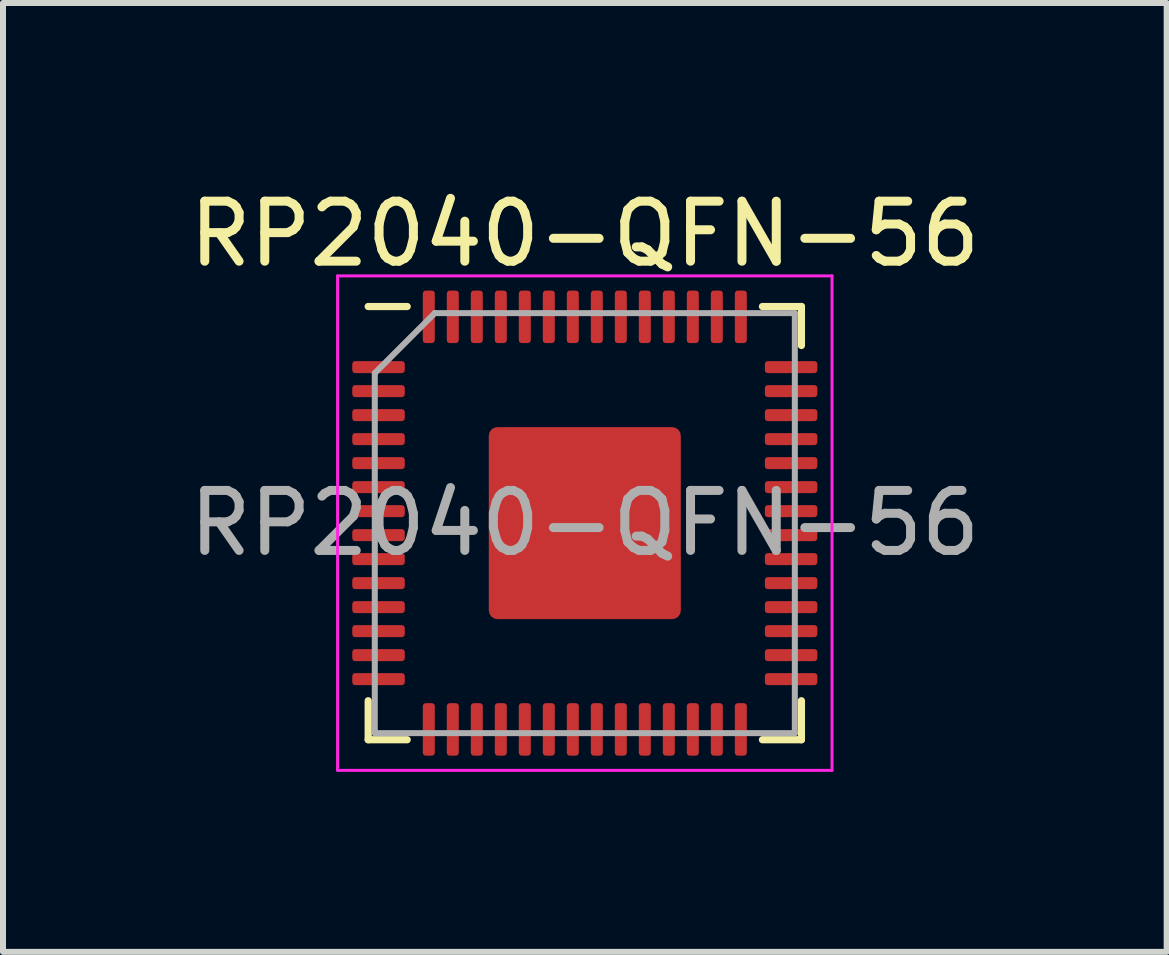
<source format=kicad_pcb>
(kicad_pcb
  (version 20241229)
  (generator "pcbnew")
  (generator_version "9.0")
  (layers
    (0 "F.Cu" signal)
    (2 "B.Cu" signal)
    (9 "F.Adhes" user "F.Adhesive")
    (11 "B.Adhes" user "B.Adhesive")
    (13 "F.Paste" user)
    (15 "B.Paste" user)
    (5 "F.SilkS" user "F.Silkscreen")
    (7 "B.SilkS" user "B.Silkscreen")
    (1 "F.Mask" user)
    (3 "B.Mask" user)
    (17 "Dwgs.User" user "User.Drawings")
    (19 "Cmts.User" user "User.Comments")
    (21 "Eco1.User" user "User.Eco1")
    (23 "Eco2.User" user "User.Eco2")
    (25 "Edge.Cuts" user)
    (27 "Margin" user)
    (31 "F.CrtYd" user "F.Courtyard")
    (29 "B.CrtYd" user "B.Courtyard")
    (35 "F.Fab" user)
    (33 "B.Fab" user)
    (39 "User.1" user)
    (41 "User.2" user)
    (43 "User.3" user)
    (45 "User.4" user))
  (footprint "RP2040-QFN-56"
    (layer "F.Cu")
    (at 6.696 5.668)
    (property "Reference" "RP2040-QFN-56" (at 0 -4.82 0) (layer "F.SilkS") (effects (font (size 1 1) (thickness 0.15))))
    (attr smd)
    (fp_line (start -3.61 3.61) (end -3.61 2.96) (stroke (width 0.12) (type solid)) (layer "F.SilkS"))
    (fp_line (start -2.96 -3.61) (end -3.61 -3.61) (stroke (width 0.12) (type solid)) (layer "F.SilkS"))
    (fp_line (start -2.96 3.61) (end -3.61 3.61) (stroke (width 0.12) (type solid)) (layer "F.SilkS"))
    (fp_line (start 2.96 -3.61) (end 3.61 -3.61) (stroke (width 0.12) (type solid)) (layer "F.SilkS"))
    (fp_line (start 2.96 3.61) (end 3.61 3.61) (stroke (width 0.12) (type solid)) (layer "F.SilkS"))
    (fp_line (start 3.61 -3.61) (end 3.61 -2.96) (stroke (width 0.12) (type solid)) (layer "F.SilkS"))
    (fp_line (start 3.61 3.61) (end 3.61 2.96) (stroke (width 0.12) (type solid)) (layer "F.SilkS"))
    (fp_line (start -4.12 -4.12) (end -4.12 4.12) (stroke (width 0.05) (type solid)) (layer "F.CrtYd"))
    (fp_line (start -4.12 4.12) (end 4.12 4.12) (stroke (width 0.05) (type solid)) (layer "F.CrtYd"))
    (fp_line (start 4.12 -4.12) (end -4.12 -4.12) (stroke (width 0.05) (type solid)) (layer "F.CrtYd"))
    (fp_line (start 4.12 4.12) (end 4.12 -4.12) (stroke (width 0.05) (type solid)) (layer "F.CrtYd"))
    (fp_line (start -3.5 -2.5) (end -2.5 -3.5) (stroke (width 0.1) (type solid)) (layer "F.Fab"))
    (fp_line (start -3.5 3.5) (end -3.5 -2.5) (stroke (width 0.1) (type solid)) (layer "F.Fab"))
    (fp_line (start -2.5 -3.5) (end 3.5 -3.5) (stroke (width 0.1) (type solid)) (layer "F.Fab"))
    (fp_line (start 3.5 -3.5) (end 3.5 3.5) (stroke (width 0.1) (type solid)) (layer "F.Fab"))
    (fp_line (start 3.5 3.5) (end -3.5 3.5) (stroke (width 0.1) (type solid)) (layer "F.Fab"))
    (fp_text user "${REFERENCE}" (at 0 0 0) (layer "F.Fab") (effects (font (size 1 1) (thickness 0.15))))
    (pad "" smd roundrect (at -0.637 -0.637) (size 1.084 1.084) (layers "F.Paste") (roundrect_rratio 0.231))
    (pad "" smd roundrect (at -0.637 0.637) (size 1.084 1.084) (layers "F.Paste") (roundrect_rratio 0.231))
    (pad "" smd roundrect (at 0.637 -0.637) (size 1.084 1.084) (layers "F.Paste") (roundrect_rratio 0.231))
    (pad "" smd roundrect (at 0.637 0.637) (size 1.084 1.084) (layers "F.Paste") (roundrect_rratio 0.231))
    (pad "1" smd roundrect (at -3.438 -2.6) (size 0.875 0.2) (layers "F.Cu" "F.Mask" "F.Paste") (roundrect_rratio 0.25))
    (pad "2" smd roundrect (at -3.438 -2.2) (size 0.875 0.2) (layers "F.Cu" "F.Mask" "F.Paste") (roundrect_rratio 0.25))
    (pad "3" smd roundrect (at -3.438 -1.8) (size 0.875 0.2) (layers "F.Cu" "F.Mask" "F.Paste") (roundrect_rratio 0.25))
    (pad "4" smd roundrect (at -3.438 -1.4) (size 0.875 0.2) (layers "F.Cu" "F.Mask" "F.Paste") (roundrect_rratio 0.25))
    (pad "5" smd roundrect (at -3.438 -1) (size 0.875 0.2) (layers "F.Cu" "F.Mask" "F.Paste") (roundrect_rratio 0.25))
    (pad "6" smd roundrect (at -3.438 -0.6) (size 0.875 0.2) (layers "F.Cu" "F.Mask" "F.Paste") (roundrect_rratio 0.25))
    (pad "7" smd roundrect (at -3.438 -0.2) (size 0.875 0.2) (layers "F.Cu" "F.Mask" "F.Paste") (roundrect_rratio 0.25))
    (pad "8" smd roundrect (at -3.438 0.2) (size 0.875 0.2) (layers "F.Cu" "F.Mask" "F.Paste") (roundrect_rratio 0.25))
    (pad "9" smd roundrect (at -3.438 0.6) (size 0.875 0.2) (layers "F.Cu" "F.Mask" "F.Paste") (roundrect_rratio 0.25))
    (pad "10" smd roundrect (at -3.438 1) (size 0.875 0.2) (layers "F.Cu" "F.Mask" "F.Paste") (roundrect_rratio 0.25))
    (pad "11" smd roundrect (at -3.438 1.4) (size 0.875 0.2) (layers "F.Cu" "F.Mask" "F.Paste") (roundrect_rratio 0.25))
    (pad "12" smd roundrect (at -3.438 1.8) (size 0.875 0.2) (layers "F.Cu" "F.Mask" "F.Paste") (roundrect_rratio 0.25))
    (pad "13" smd roundrect (at -3.438 2.2) (size 0.875 0.2) (layers "F.Cu" "F.Mask" "F.Paste") (roundrect_rratio 0.25))
    (pad "14" smd roundrect (at -3.438 2.6) (size 0.875 0.2) (layers "F.Cu" "F.Mask" "F.Paste") (roundrect_rratio 0.25))
    (pad "15" smd roundrect (at -2.6 3.438) (size 0.2 0.875) (layers "F.Cu" "F.Mask" "F.Paste") (roundrect_rratio 0.25))
    (pad "16" smd roundrect (at -2.2 3.438) (size 0.2 0.875) (layers "F.Cu" "F.Mask" "F.Paste") (roundrect_rratio 0.25))
    (pad "17" smd roundrect (at -1.8 3.438) (size 0.2 0.875) (layers "F.Cu" "F.Mask" "F.Paste") (roundrect_rratio 0.25))
    (pad "18" smd roundrect (at -1.4 3.438) (size 0.2 0.875) (layers "F.Cu" "F.Mask" "F.Paste") (roundrect_rratio 0.25))
    (pad "19" smd roundrect (at -1 3.438) (size 0.2 0.875) (layers "F.Cu" "F.Mask" "F.Paste") (roundrect_rratio 0.25))
    (pad "20" smd roundrect (at -0.6 3.438) (size 0.2 0.875) (layers "F.Cu" "F.Mask" "F.Paste") (roundrect_rratio 0.25))
    (pad "21" smd roundrect (at -0.2 3.438) (size 0.2 0.875) (layers "F.Cu" "F.Mask" "F.Paste") (roundrect_rratio 0.25))
    (pad "22" smd roundrect (at 0.2 3.438) (size 0.2 0.875) (layers "F.Cu" "F.Mask" "F.Paste") (roundrect_rratio 0.25))
    (pad "23" smd roundrect (at 0.6 3.438) (size 0.2 0.875) (layers "F.Cu" "F.Mask" "F.Paste") (roundrect_rratio 0.25))
    (pad "24" smd roundrect (at 1 3.438) (size 0.2 0.875) (layers "F.Cu" "F.Mask" "F.Paste") (roundrect_rratio 0.25))
    (pad "25" smd roundrect (at 1.4 3.438) (size 0.2 0.875) (layers "F.Cu" "F.Mask" "F.Paste") (roundrect_rratio 0.25))
    (pad "26" smd roundrect (at 1.8 3.438) (size 0.2 0.875) (layers "F.Cu" "F.Mask" "F.Paste") (roundrect_rratio 0.25))
    (pad "27" smd roundrect (at 2.2 3.438) (size 0.2 0.875) (layers "F.Cu" "F.Mask" "F.Paste") (roundrect_rratio 0.25))
    (pad "28" smd roundrect (at 2.6 3.438) (size 0.2 0.875) (layers "F.Cu" "F.Mask" "F.Paste") (roundrect_rratio 0.25))
    (pad "29" smd roundrect (at 3.438 2.6) (size 0.875 0.2) (layers "F.Cu" "F.Mask" "F.Paste") (roundrect_rratio 0.25))
    (pad "30" smd roundrect (at 3.438 2.2) (size 0.875 0.2) (layers "F.Cu" "F.Mask" "F.Paste") (roundrect_rratio 0.25))
    (pad "31" smd roundrect (at 3.438 1.8) (size 0.875 0.2) (layers "F.Cu" "F.Mask" "F.Paste") (roundrect_rratio 0.25))
    (pad "32" smd roundrect (at 3.438 1.4) (size 0.875 0.2) (layers "F.Cu" "F.Mask" "F.Paste") (roundrect_rratio 0.25))
    (pad "33" smd roundrect (at 3.438 1) (size 0.875 0.2) (layers "F.Cu" "F.Mask" "F.Paste") (roundrect_rratio 0.25))
    (pad "34" smd roundrect (at 3.438 0.6) (size 0.875 0.2) (layers "F.Cu" "F.Mask" "F.Paste") (roundrect_rratio 0.25))
    (pad "35" smd roundrect (at 3.438 0.2) (size 0.875 0.2) (layers "F.Cu" "F.Mask" "F.Paste") (roundrect_rratio 0.25))
    (pad "36" smd roundrect (at 3.438 -0.2) (size 0.875 0.2) (layers "F.Cu" "F.Mask" "F.Paste") (roundrect_rratio 0.25))
    (pad "37" smd roundrect (at 3.438 -0.6) (size 0.875 0.2) (layers "F.Cu" "F.Mask" "F.Paste") (roundrect_rratio 0.25))
    (pad "38" smd roundrect (at 3.438 -1) (size 0.875 0.2) (layers "F.Cu" "F.Mask" "F.Paste") (roundrect_rratio 0.25))
    (pad "39" smd roundrect (at 3.438 -1.4) (size 0.875 0.2) (layers "F.Cu" "F.Mask" "F.Paste") (roundrect_rratio 0.25))
    (pad "40" smd roundrect (at 3.438 -1.8) (size 0.875 0.2) (layers "F.Cu" "F.Mask" "F.Paste") (roundrect_rratio 0.25))
    (pad "41" smd roundrect (at 3.438 -2.2) (size 0.875 0.2) (layers "F.Cu" "F.Mask" "F.Paste") (roundrect_rratio 0.25))
    (pad "42" smd roundrect (at 3.438 -2.6) (size 0.875 0.2) (layers "F.Cu" "F.Mask" "F.Paste") (roundrect_rratio 0.25))
    (pad "43" smd roundrect (at 2.6 -3.438) (size 0.2 0.875) (layers "F.Cu" "F.Mask" "F.Paste") (roundrect_rratio 0.25))
    (pad "44" smd roundrect (at 2.2 -3.438) (size 0.2 0.875) (layers "F.Cu" "F.Mask" "F.Paste") (roundrect_rratio 0.25))
    (pad "45" smd roundrect (at 1.8 -3.438) (size 0.2 0.875) (layers "F.Cu" "F.Mask" "F.Paste") (roundrect_rratio 0.25))
    (pad "46" smd roundrect (at 1.4 -3.438) (size 0.2 0.875) (layers "F.Cu" "F.Mask" "F.Paste") (roundrect_rratio 0.25))
    (pad "47" smd roundrect (at 1 -3.438) (size 0.2 0.875) (layers "F.Cu" "F.Mask" "F.Paste") (roundrect_rratio 0.25))
    (pad "48" smd roundrect (at 0.6 -3.438) (size 0.2 0.875) (layers "F.Cu" "F.Mask" "F.Paste") (roundrect_rratio 0.25))
    (pad "49" smd roundrect (at 0.2 -3.438) (size 0.2 0.875) (layers "F.Cu" "F.Mask" "F.Paste") (roundrect_rratio 0.25))
    (pad "50" smd roundrect (at -0.2 -3.438) (size 0.2 0.875) (layers "F.Cu" "F.Mask" "F.Paste") (roundrect_rratio 0.25))
    (pad "51" smd roundrect (at -0.6 -3.438) (size 0.2 0.875) (layers "F.Cu" "F.Mask" "F.Paste") (roundrect_rratio 0.25))
    (pad "52" smd roundrect (at -1 -3.438) (size 0.2 0.875) (layers "F.Cu" "F.Mask" "F.Paste") (roundrect_rratio 0.25))
    (pad "53" smd roundrect (at -1.4 -3.438) (size 0.2 0.875) (layers "F.Cu" "F.Mask" "F.Paste") (roundrect_rratio 0.25))
    (pad "54" smd roundrect (at -1.8 -3.438) (size 0.2 0.875) (layers "F.Cu" "F.Mask" "F.Paste") (roundrect_rratio 0.25))
    (pad "55" smd roundrect (at -2.2 -3.438) (size 0.2 0.875) (layers "F.Cu" "F.Mask" "F.Paste") (roundrect_rratio 0.25))
    (pad "56" smd roundrect (at -2.6 -3.438) (size 0.2 0.875) (layers "F.Cu" "F.Mask" "F.Paste") (roundrect_rratio 0.25))
    (pad "57" smd roundrect (at 0 0) (size 3.2 3.2) (layers "F.Cu" "F.Mask") (roundrect_rratio 0.045)))
  (gr_rect
    (start -3 -3)
    (end 16.393 12.813)
    (stroke (width 0.1) (type default))
    (fill no)
    (layer "Edge.Cuts")))
</source>
